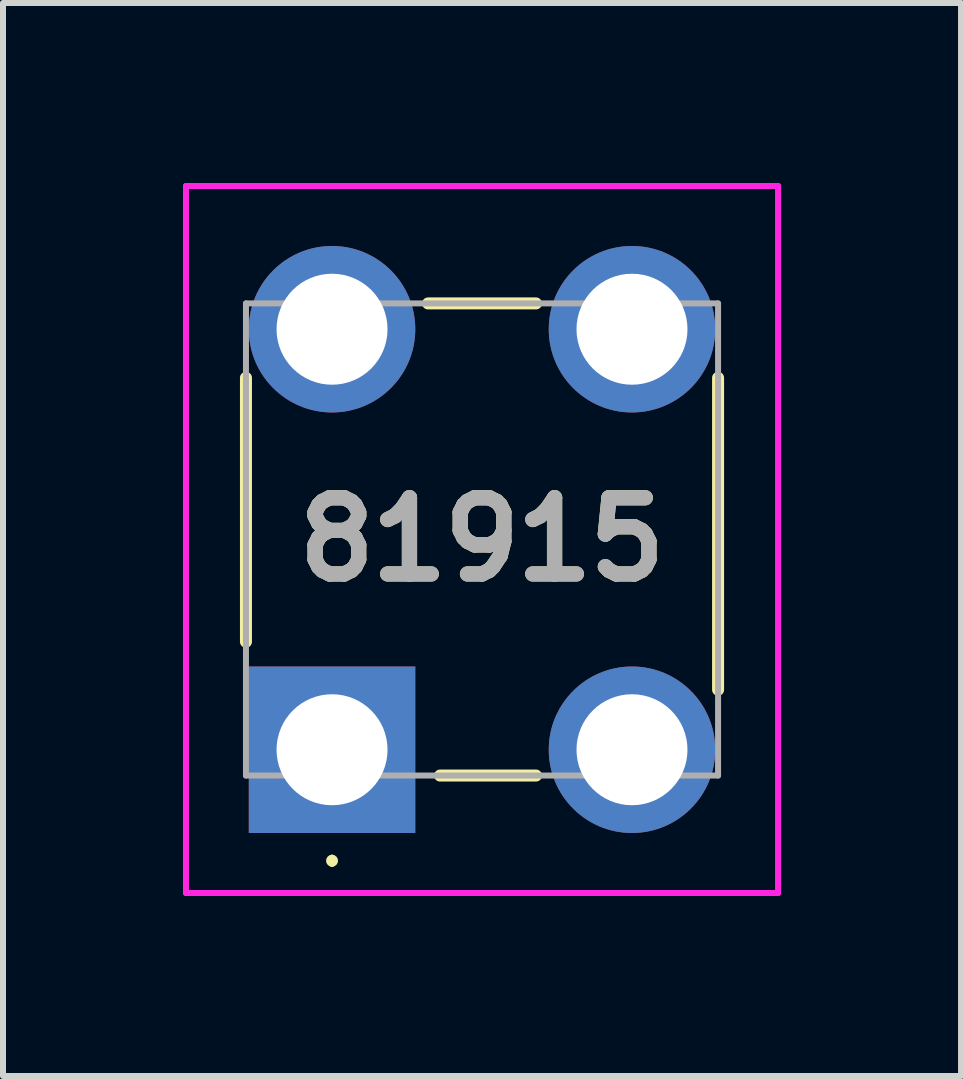
<source format=kicad_pcb>
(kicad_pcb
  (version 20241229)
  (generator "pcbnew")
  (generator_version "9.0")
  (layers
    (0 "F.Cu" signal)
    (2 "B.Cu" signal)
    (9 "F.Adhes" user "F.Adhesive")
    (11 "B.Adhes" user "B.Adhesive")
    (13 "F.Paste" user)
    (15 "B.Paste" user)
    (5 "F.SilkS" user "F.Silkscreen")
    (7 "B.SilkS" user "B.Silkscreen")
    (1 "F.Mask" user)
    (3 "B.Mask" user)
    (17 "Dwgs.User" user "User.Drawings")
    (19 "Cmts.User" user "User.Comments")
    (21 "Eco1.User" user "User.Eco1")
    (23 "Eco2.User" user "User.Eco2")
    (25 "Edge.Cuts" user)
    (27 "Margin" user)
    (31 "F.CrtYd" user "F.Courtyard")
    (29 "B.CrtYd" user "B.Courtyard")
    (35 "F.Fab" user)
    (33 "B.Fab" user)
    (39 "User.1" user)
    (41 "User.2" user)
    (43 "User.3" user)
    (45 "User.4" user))
  (footprint "81915"
    (layer "F.Cu")
    (at 2.485 9.448)
    (property "Reference" "81915" (at 2.5 -3.505 0) (layer "F.SilkS") (effects (font (size 1.27 1.27) (thickness 0.254))))
    (attr through_hole)
    (fp_line (start -1.435 -6.2) (end -1.435 -1.8) (stroke (width 0.2) (type solid)) (layer "F.SilkS"))
    (fp_line (start 0 1.8) (end 0 1.8) (stroke (width 0.1) (type solid)) (layer "F.SilkS"))
    (fp_line (start 0 1.9) (end 0 1.9) (stroke (width 0.1) (type solid)) (layer "F.SilkS"))
    (fp_line (start 1.6 -7.44) (end 3.4 -7.44) (stroke (width 0.2) (type solid)) (layer "F.SilkS"))
    (fp_line (start 1.8 0.43) (end 3.4 0.43) (stroke (width 0.2) (type solid)) (layer "F.SilkS"))
    (fp_line (start 6.435 -6.2) (end 6.435 -1) (stroke (width 0.2) (type solid)) (layer "F.SilkS"))
    (fp_arc (start 0 1.8) (mid 0.05 1.85) (end 0 1.9) (stroke (width 0.1) (type solid)) (layer "F.SilkS"))
    (fp_arc (start 0 1.9) (mid -0.05 1.85) (end 0 1.8) (stroke (width 0.1) (type solid)) (layer "F.SilkS"))
    (fp_line (start -2.435 -9.398) (end 7.435 -9.398) (stroke (width 0.1) (type solid)) (layer "F.CrtYd"))
    (fp_line (start -2.435 2.388) (end -2.435 -9.398) (stroke (width 0.1) (type solid)) (layer "F.CrtYd"))
    (fp_line (start 7.435 -9.398) (end 7.435 2.388) (stroke (width 0.1) (type solid)) (layer "F.CrtYd"))
    (fp_line (start 7.435 2.388) (end -2.435 2.388) (stroke (width 0.1) (type solid)) (layer "F.CrtYd"))
    (fp_line (start -1.435 -7.44) (end 6.435 -7.44) (stroke (width 0.1) (type solid)) (layer "F.Fab"))
    (fp_line (start -1.435 0.43) (end -1.435 -7.44) (stroke (width 0.1) (type solid)) (layer "F.Fab"))
    (fp_line (start 6.435 -7.44) (end 6.435 0.43) (stroke (width 0.1) (type solid)) (layer "F.Fab"))
    (fp_line (start 6.435 0.43) (end -1.435 0.43) (stroke (width 0.1) (type solid)) (layer "F.Fab"))
    (fp_text user "${REFERENCE}" (at 2.5 -3.505 0) (layer "F.Fab") (effects (font (size 1.27 1.27) (thickness 0.254))))
    (pad "1" thru_hole circle (at 0 -7.01) (size 2.775 2.775) (drill 1.85) (layers "*.Cu" "*.Mask"))
    (pad "1" thru_hole rect (at 0 0) (size 2.775 2.775) (drill 1.85) (layers "*.Cu" "*.Mask"))
    (pad "1" thru_hole circle (at 5 -7.01) (size 2.775 2.775) (drill 1.85) (layers "*.Cu" "*.Mask"))
    (pad "1" thru_hole circle (at 5 0) (size 2.775 2.775) (drill 1.85) (layers "*.Cu" "*.Mask")))
  (gr_rect
    (start -3 -3)
    (end 12.97 14.886)
    (stroke (width 0.1) (type default))
    (fill no)
    (layer "Edge.Cuts")))
</source>
